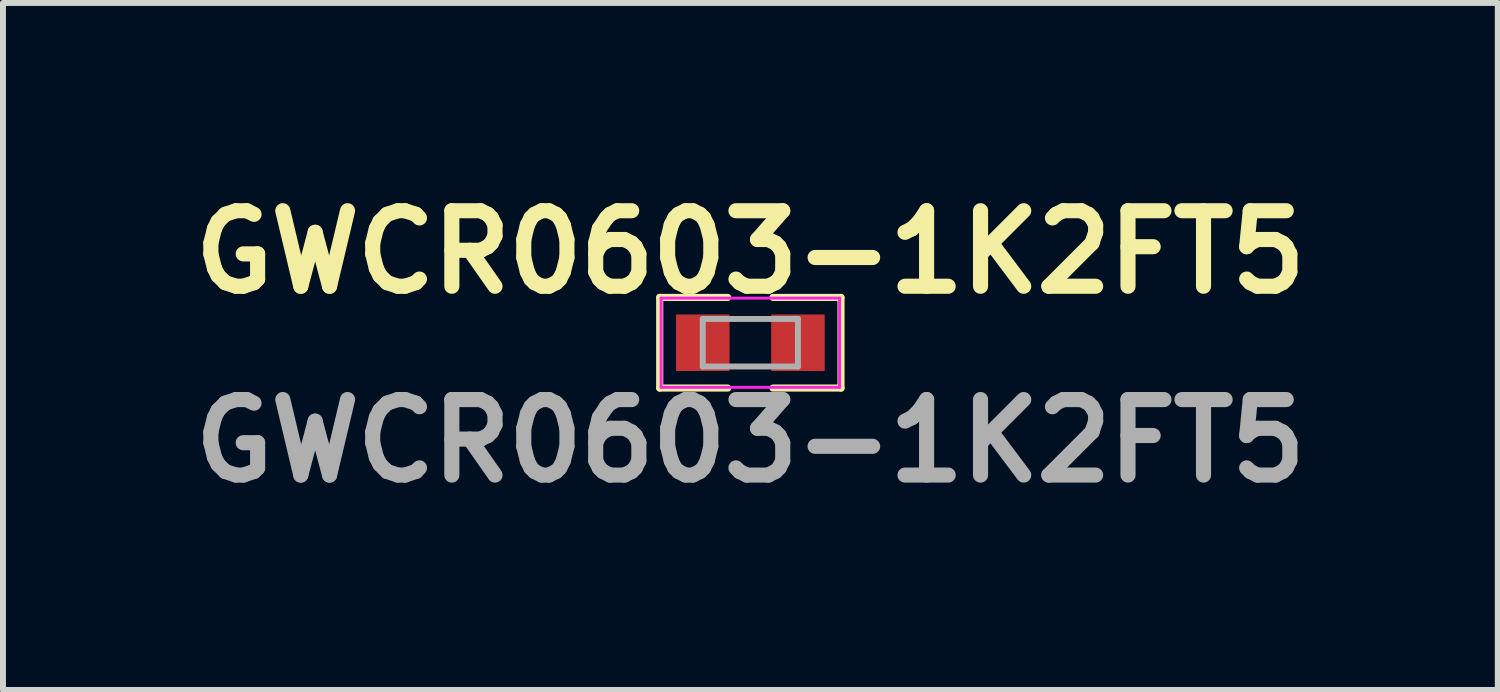
<source format=kicad_pcb>
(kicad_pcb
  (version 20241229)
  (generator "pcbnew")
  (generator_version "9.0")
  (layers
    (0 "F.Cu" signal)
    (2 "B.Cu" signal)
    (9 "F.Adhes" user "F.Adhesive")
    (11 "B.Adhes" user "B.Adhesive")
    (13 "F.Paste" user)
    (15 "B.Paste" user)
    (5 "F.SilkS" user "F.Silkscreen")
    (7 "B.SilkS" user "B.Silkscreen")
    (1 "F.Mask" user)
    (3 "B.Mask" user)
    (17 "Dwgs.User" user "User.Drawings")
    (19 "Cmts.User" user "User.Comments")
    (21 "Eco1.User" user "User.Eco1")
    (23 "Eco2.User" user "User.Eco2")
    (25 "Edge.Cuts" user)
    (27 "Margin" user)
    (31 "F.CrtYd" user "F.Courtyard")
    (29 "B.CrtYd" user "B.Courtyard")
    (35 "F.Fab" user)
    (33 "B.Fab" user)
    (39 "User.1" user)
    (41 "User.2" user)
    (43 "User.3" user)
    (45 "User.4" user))
  (footprint "GWCR0603-1K2FT5"
    (layer "F.Cu")
    (at 9.567 2.713)
    (property "Reference" "GWCR0603-1K2FT5" (at 0 -1.524 0) (layer "F.SilkS") (effects (font (size 1.27 1.27) (thickness 0.254))))
    (attr smd)
    (fp_line (start -1.524 -0.762) (end -1.524 0.762) (stroke (width 0.12) (type solid)) (layer "F.SilkS"))
    (fp_line (start -1.524 0.762) (end -0.381 0.762) (stroke (width 0.12) (type solid)) (layer "F.SilkS"))
    (fp_line (start -0.381 -0.762) (end -1.524 -0.762) (stroke (width 0.12) (type solid)) (layer "F.SilkS"))
    (fp_line (start 0.381 -0.762) (end 1.524 -0.762) (stroke (width 0.12) (type solid)) (layer "F.SilkS"))
    (fp_line (start 1.524 -0.762) (end 1.524 0.762) (stroke (width 0.12) (type solid)) (layer "F.SilkS"))
    (fp_line (start 1.524 0.762) (end 0.381 0.762) (stroke (width 0.12) (type solid)) (layer "F.SilkS"))
    (fp_line (start -1.5 -0.75) (end 1.5 -0.75) (stroke (width 0.05) (type solid)) (layer "F.CrtYd"))
    (fp_line (start -1.5 0.75) (end -1.5 -0.75) (stroke (width 0.05) (type solid)) (layer "F.CrtYd"))
    (fp_line (start 1.5 -0.75) (end 1.5 0.75) (stroke (width 0.05) (type solid)) (layer "F.CrtYd"))
    (fp_line (start 1.5 0.75) (end -1.5 0.75) (stroke (width 0.05) (type solid)) (layer "F.CrtYd"))
    (fp_line (start -0.8 -0.4) (end 0.8 -0.4) (stroke (width 0.1) (type solid)) (layer "F.Fab"))
    (fp_line (start -0.8 0.4) (end -0.8 -0.4) (stroke (width 0.1) (type solid)) (layer "F.Fab"))
    (fp_line (start 0.8 -0.4) (end 0.8 0.4) (stroke (width 0.1) (type solid)) (layer "F.Fab"))
    (fp_line (start 0.8 0.4) (end -0.8 0.4) (stroke (width 0.1) (type solid)) (layer "F.Fab"))
    (fp_text user "${REFERENCE}" (at 0 1.651 0) (layer "F.Fab") (effects (font (size 1.27 1.27) (thickness 0.254))))
    (pad "1" smd rect (at -0.8 0) (size 0.9 0.95) (layers "F.Cu" "F.Mask" "F.Paste"))
    (pad "2" smd rect (at 0.8 0) (size 0.9 0.95) (layers "F.Cu" "F.Mask" "F.Paste")))
  (gr_rect
    (start -3 -3)
    (end 22.135 8.552)
    (stroke (width 0.1) (type default))
    (fill no)
    (layer "Edge.Cuts")))
</source>
